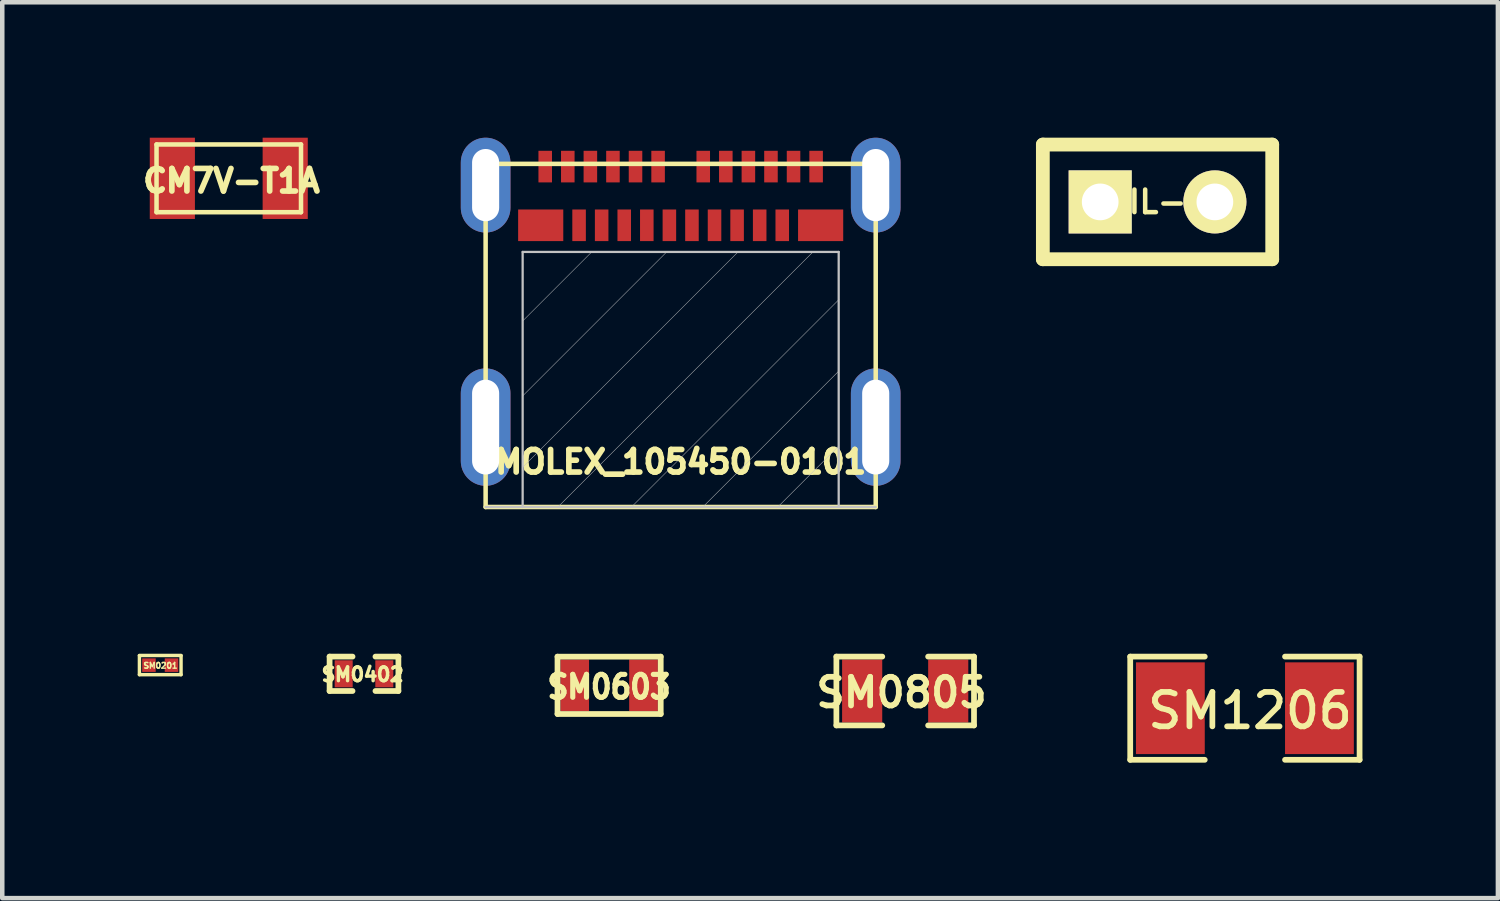
<source format=kicad_pcb>
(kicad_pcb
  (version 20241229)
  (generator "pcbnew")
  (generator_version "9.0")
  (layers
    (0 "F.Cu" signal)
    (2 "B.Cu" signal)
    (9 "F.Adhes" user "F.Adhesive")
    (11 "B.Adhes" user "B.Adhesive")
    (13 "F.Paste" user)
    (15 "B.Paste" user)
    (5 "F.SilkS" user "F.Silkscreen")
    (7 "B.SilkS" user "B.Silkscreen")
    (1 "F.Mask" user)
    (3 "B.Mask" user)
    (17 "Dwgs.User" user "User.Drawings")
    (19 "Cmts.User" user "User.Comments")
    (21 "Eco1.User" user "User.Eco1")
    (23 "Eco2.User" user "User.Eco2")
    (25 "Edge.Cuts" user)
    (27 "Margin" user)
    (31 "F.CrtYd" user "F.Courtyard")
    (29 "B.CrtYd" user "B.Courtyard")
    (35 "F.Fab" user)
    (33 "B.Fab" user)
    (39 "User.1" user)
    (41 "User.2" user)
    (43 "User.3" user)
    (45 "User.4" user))
  (footprint "SM1206"
    (layer "F.Cu")
    (at 24.523 12.636)
    (property "Reference" "SM1206" (at 0.114 0.056 0) (layer "F.SilkS") (effects (font (size 0.762 0.762) (thickness 0.127))))
    (attr smd)
    (fp_line (start -2.54 -1.143) (end -2.54 1.143) (stroke (width 0.127) (type solid)) (layer "F.SilkS"))
    (fp_line (start -2.54 1.143) (end -0.889 1.143) (stroke (width 0.127) (type solid)) (layer "F.SilkS"))
    (fp_line (start -0.889 -1.143) (end -2.54 -1.143) (stroke (width 0.127) (type solid)) (layer "F.SilkS"))
    (fp_line (start 0.889 -1.143) (end 2.54 -1.143) (stroke (width 0.127) (type solid)) (layer "F.SilkS"))
    (fp_line (start 2.54 -1.143) (end 2.54 1.143) (stroke (width 0.127) (type solid)) (layer "F.SilkS"))
    (fp_line (start 2.54 1.143) (end 0.889 1.143) (stroke (width 0.127) (type solid)) (layer "F.SilkS"))
    (pad "1" smd rect (at -1.651 0) (size 1.524 2.032) (layers "F.Cu" "F.Mask" "F.Paste"))
    (pad "2" smd rect (at 1.651 0) (size 1.524 2.032) (layers "F.Cu" "F.Mask" "F.Paste")))
  (footprint "CM7V-T1A"
    (layer "F.Cu")
    (at 2.017 0.9)
    (property "Reference" "CM7V-T1A" (at 0.061 0.056 0) (layer "F.SilkS") (effects (font (size 0.5 0.5) (thickness 0.125))))
    (attr smd)
    (fp_line (start -1.6 -0.75) (end 1.6 -0.75) (stroke (width 0.1) (type solid)) (layer "F.SilkS"))
    (fp_line (start -1.6 0.75) (end -1.6 -0.75) (stroke (width 0.1) (type solid)) (layer "F.SilkS"))
    (fp_line (start 1.6 -0.75) (end 1.6 0.75) (stroke (width 0.1) (type solid)) (layer "F.SilkS"))
    (fp_line (start 1.6 0.75) (end -1.6 0.75) (stroke (width 0.1) (type solid)) (layer "F.SilkS"))
    (pad "1" smd rect (at -1.25 0) (size 1 1.8) (layers "F.Cu" "F.Mask" "F.Paste"))
    (pad "2" smd rect (at 1.25 0) (size 1 1.8) (layers "F.Cu" "F.Mask" "F.Paste")))
  (footprint "SIL-2"
    (layer "F.Cu")
    (at 22.588 1.422)
    (property "Reference" "SIL-2" (at 0 0 0) (layer "F.SilkS") (effects (font (size 0.5 0.5) (thickness 0.1))))
    (attr through_hole)
    (fp_line (start -2.54 -1.27) (end 2.54 -1.27) (stroke (width 0.305) (type solid)) (layer "F.SilkS"))
    (fp_line (start -2.54 1.27) (end -2.54 -1.27) (stroke (width 0.305) (type solid)) (layer "F.SilkS"))
    (fp_line (start 2.54 -1.27) (end 2.54 1.27) (stroke (width 0.305) (type solid)) (layer "F.SilkS"))
    (fp_line (start 2.54 1.27) (end -2.54 1.27) (stroke (width 0.305) (type solid)) (layer "F.SilkS"))
    (pad "1" thru_hole rect (at -1.27 0) (size 1.397 1.397) (drill 0.813) (layers "*.Cu" "*.Mask" "F.SilkS"))
    (pad "2" thru_hole circle (at 1.27 0) (size 1.397 1.397) (drill 0.813) (layers "*.Cu" "*.Mask" "F.SilkS")))
  (footprint "SM0603"
    (layer "F.Cu")
    (at 10.441 12.129)
    (property "Reference" "SM0603" (at 0 0.036 0) (layer "F.SilkS") (effects (font (size 0.508 0.457) (thickness 0.114))))
    (attr smd)
    (fp_line (start -1.143 -0.635) (end 1.143 -0.635) (stroke (width 0.127) (type solid)) (layer "F.SilkS"))
    (fp_line (start -1.143 0.635) (end -1.143 -0.635) (stroke (width 0.127) (type solid)) (layer "F.SilkS"))
    (fp_line (start 1.143 -0.635) (end 1.143 0.635) (stroke (width 0.127) (type solid)) (layer "F.SilkS"))
    (fp_line (start 1.143 0.635) (end -1.143 0.635) (stroke (width 0.127) (type solid)) (layer "F.SilkS"))
    (pad "1" smd rect (at -0.762 0) (size 0.635 1.143) (layers "F.Cu" "F.Mask" "F.Paste"))
    (pad "2" smd rect (at 0.762 0) (size 0.635 1.143) (layers "F.Cu" "F.Mask" "F.Paste")))
  (footprint "MOLEX_105450-0101"
    (layer "F.Cu")
    (at 12.026 8.18)
    (property "Reference" "MOLEX_105450-0101" (at 0 -1 0) (layer "F.SilkS") (effects (font (size 0.5 0.5) (thickness 0.125))))
    (attr smd)
    (fp_line (start -4.32 -7.6) (end 4.32 -7.6) (stroke (width 0.1) (type solid)) (layer "F.SilkS"))
    (fp_line (start -4.32 0) (end -4.32 -7.6) (stroke (width 0.1) (type solid)) (layer "F.SilkS"))
    (fp_line (start -4.32 0) (end 4.32 0) (stroke (width 0.1) (type solid)) (layer "F.SilkS"))
    (fp_line (start 4.32 0) (end 4.32 -7.6) (stroke (width 0.1) (type solid)) (layer "F.SilkS"))
    (fp_line (start -4.32 0) (end 4.32 0) (stroke (width 0.05) (type solid)) (layer "Dwgs.User"))
    (fp_line (start -3.5 -5.65) (end 3.5 -5.65) (stroke (width 0.05) (type solid)) (layer "Dwgs.User"))
    (fp_line (start -3.5 -4.12) (end -1.98 -5.64) (stroke (width 0.01) (type solid)) (layer "Dwgs.User"))
    (fp_line (start -3.5 -2.46) (end -0.32 -5.64) (stroke (width 0.01) (type solid)) (layer "Dwgs.User"))
    (fp_line (start -3.5 0) (end -3.5 -5.65) (stroke (width 0.05) (type solid)) (layer "Dwgs.User"))
    (fp_line (start -3.49 -0.89) (end 1.27 -5.65) (stroke (width 0.01) (type solid)) (layer "Dwgs.User"))
    (fp_line (start -2.72 0) (end 2.94 -5.66) (stroke (width 0.01) (type solid)) (layer "Dwgs.User"))
    (fp_line (start -1.09 0) (end 3.51 -4.6) (stroke (width 0.01) (type solid)) (layer "Dwgs.User"))
    (fp_line (start 0.49 0) (end 3.5 -3.01) (stroke (width 0.01) (type solid)) (layer "Dwgs.User"))
    (fp_line (start 2.13 0.02) (end 3.5 -1.35) (stroke (width 0.01) (type solid)) (layer "Dwgs.User"))
    (fp_line (start 3.5 0) (end 3.5 -5.65) (stroke (width 0.05) (type solid)) (layer "Dwgs.User"))
    (pad "A1" smd rect (at -3 -7.54) (size 0.3 0.7) (layers "F.Cu" "F.Mask" "F.Paste"))
    (pad "A2" smd rect (at -2.5 -7.54) (size 0.3 0.7) (layers "F.Cu" "F.Mask" "F.Paste"))
    (pad "A3" smd rect (at -2 -7.54) (size 0.3 0.7) (layers "F.Cu" "F.Mask" "F.Paste"))
    (pad "A4" smd rect (at -1.5 -7.54) (size 0.3 0.7) (layers "F.Cu" "F.Mask" "F.Paste"))
    (pad "A5" smd rect (at -1 -7.54) (size 0.3 0.7) (layers "F.Cu" "F.Mask" "F.Paste"))
    (pad "A6" smd rect (at -0.5 -7.54) (size 0.3 0.7) (layers "F.Cu" "F.Mask" "F.Paste"))
    (pad "A7" smd rect (at 0.5 -7.54) (size 0.3 0.7) (layers "F.Cu" "F.Mask" "F.Paste"))
    (pad "A8" smd rect (at 1 -7.54) (size 0.3 0.7) (layers "F.Cu" "F.Mask" "F.Paste"))
    (pad "A9" smd rect (at 1.5 -7.54) (size 0.3 0.7) (layers "F.Cu" "F.Mask" "F.Paste"))
    (pad "A10" smd rect (at 2 -7.54) (size 0.3 0.7) (layers "F.Cu" "F.Mask" "F.Paste"))
    (pad "A11" smd rect (at 2.5 -7.54) (size 0.3 0.7) (layers "F.Cu" "F.Mask" "F.Paste"))
    (pad "A12" smd rect (at 3 -7.54) (size 0.3 0.7) (layers "F.Cu" "F.Mask" "F.Paste"))
    (pad "B1" smd rect (at 3.1 -6.24) (size 1 0.7) (layers "F.Cu" "F.Mask" "F.Paste"))
    (pad "B2" smd rect (at 2.25 -6.24) (size 0.3 0.7) (layers "F.Cu" "F.Mask" "F.Paste"))
    (pad "B3" smd rect (at 1.75 -6.24) (size 0.3 0.7) (layers "F.Cu" "F.Mask" "F.Paste"))
    (pad "B4" smd rect (at 1.25 -6.24) (size 0.3 0.7) (layers "F.Cu" "F.Mask" "F.Paste"))
    (pad "B5" smd rect (at 0.75 -6.24) (size 0.3 0.7) (layers "F.Cu" "F.Mask" "F.Paste"))
    (pad "B6" smd rect (at 0.25 -6.24) (size 0.3 0.7) (layers "F.Cu" "F.Mask" "F.Paste"))
    (pad "B7" smd rect (at -0.25 -6.24) (size 0.3 0.7) (layers "F.Cu" "F.Mask" "F.Paste"))
    (pad "B8" smd rect (at -0.75 -6.24) (size 0.3 0.7) (layers "F.Cu" "F.Mask" "F.Paste"))
    (pad "B9" smd rect (at -1.25 -6.24) (size 0.3 0.7) (layers "F.Cu" "F.Mask" "F.Paste"))
    (pad "B10" smd rect (at -1.75 -6.24) (size 0.3 0.7) (layers "F.Cu" "F.Mask" "F.Paste"))
    (pad "B11" smd rect (at -2.25 -6.24) (size 0.3 0.7) (layers "F.Cu" "F.Mask" "F.Paste"))
    (pad "B12" smd rect (at -3.1 -6.24) (size 1 0.7) (layers "F.Cu" "F.Mask" "F.Paste"))
    (pad "S" thru_hole oval (at -4.32 -7.13) (size 1.1 2.1) (drill oval 0.6 1.6) (layers "*.Cu" "*.Mask"))
    (pad "S" thru_hole oval (at -4.32 -1.77) (size 1.1 2.6) (drill oval 0.6 2.1) (layers "*.Cu" "*.Mask"))
    (pad "S" thru_hole oval (at 4.32 -7.13) (size 1.1 2.1) (drill oval 0.6 1.6) (layers "*.Cu" "*.Mask"))
    (pad "S" thru_hole oval (at 4.32 -1.77) (size 1.1 2.6) (drill oval 0.6 2.1) (layers "*.Cu" "*.Mask")))
  (footprint "SM0805"
    (layer "F.Cu")
    (at 16.999 12.255)
    (property "Reference" "SM0805" (at -0.081 0.033 0) (layer "F.SilkS") (effects (font (size 0.635 0.635) (thickness 0.127))))
    (attr smd)
    (fp_line (start -1.524 -0.762) (end -0.508 -0.762) (stroke (width 0.127) (type solid)) (layer "F.SilkS"))
    (fp_line (start -1.524 0.762) (end -1.524 -0.762) (stroke (width 0.127) (type solid)) (layer "F.SilkS"))
    (fp_line (start -0.508 0.762) (end -1.524 0.762) (stroke (width 0.127) (type solid)) (layer "F.SilkS"))
    (fp_line (start 0.508 -0.762) (end 1.524 -0.762) (stroke (width 0.127) (type solid)) (layer "F.SilkS"))
    (fp_line (start 1.524 -0.762) (end 1.524 0.762) (stroke (width 0.127) (type solid)) (layer "F.SilkS"))
    (fp_line (start 1.524 0.762) (end 0.508 0.762) (stroke (width 0.127) (type solid)) (layer "F.SilkS"))
    (pad "1" smd rect (at -0.953 0) (size 0.889 1.397) (layers "F.Cu" "F.Mask" "F.Paste"))
    (pad "2" smd rect (at 0.953 0) (size 0.889 1.397) (layers "F.Cu" "F.Mask" "F.Paste")))
  (footprint "SM0201"
    (layer "F.Cu")
    (at 0.499 11.682)
    (property "Reference" "SM0201" (at 0.005 0.01 0) (layer "F.SilkS") (effects (font (size 0.127 0.127) (thickness 0.032))))
    (attr smd)
    (fp_line (start -0.461 0.211) (end -0.461 -0.211) (stroke (width 0.076) (type solid)) (layer "F.SilkS"))
    (fp_line (start 0.461 -0.214) (end -0.461 -0.214) (stroke (width 0.076) (type solid)) (layer "F.SilkS"))
    (fp_line (start 0.461 -0.211) (end 0.461 0.211) (stroke (width 0.076) (type solid)) (layer "F.SilkS"))
    (fp_line (start 0.461 0.211) (end -0.461 0.211) (stroke (width 0.076) (type solid)) (layer "F.SilkS"))
    (pad "1" smd rect (at -0.25 0) (size 0.3 0.3) (layers "F.Cu" "F.Mask" "F.Paste"))
    (pad "2" smd rect (at 0.25 0) (size 0.3 0.3) (layers "F.Cu" "F.Mask" "F.Paste")))
  (footprint "SM0402"
    (layer "F.Cu")
    (at 5.012 11.874)
    (property "Reference" "SM0402" (at -0.03 0.015 0) (layer "F.SilkS") (effects (font (size 0.305 0.305) (thickness 0.076))))
    (attr smd)
    (fp_line (start -0.762 -0.381) (end -0.762 0.381) (stroke (width 0.127) (type solid)) (layer "F.SilkS"))
    (fp_line (start -0.762 0.381) (end -0.254 0.381) (stroke (width 0.127) (type solid)) (layer "F.SilkS"))
    (fp_line (start -0.254 -0.381) (end -0.762 -0.381) (stroke (width 0.127) (type solid)) (layer "F.SilkS"))
    (fp_line (start 0.254 -0.381) (end 0.762 -0.381) (stroke (width 0.127) (type solid)) (layer "F.SilkS"))
    (fp_line (start 0.762 -0.381) (end 0.762 0.381) (stroke (width 0.127) (type solid)) (layer "F.SilkS"))
    (fp_line (start 0.762 0.381) (end 0.254 0.381) (stroke (width 0.127) (type solid)) (layer "F.SilkS"))
    (pad "1" smd rect (at -0.45 0) (size 0.399 0.599) (layers "F.Cu" "F.Mask" "F.Paste"))
    (pad "2" smd rect (at 0.45 0) (size 0.399 0.599) (layers "F.Cu" "F.Mask" "F.Paste")))
  (gr_rect
    (start -3 -3)
    (end 30.127 16.843)
    (stroke (width 0.1) (type default))
    (fill no)
    (layer "Edge.Cuts")))
</source>
